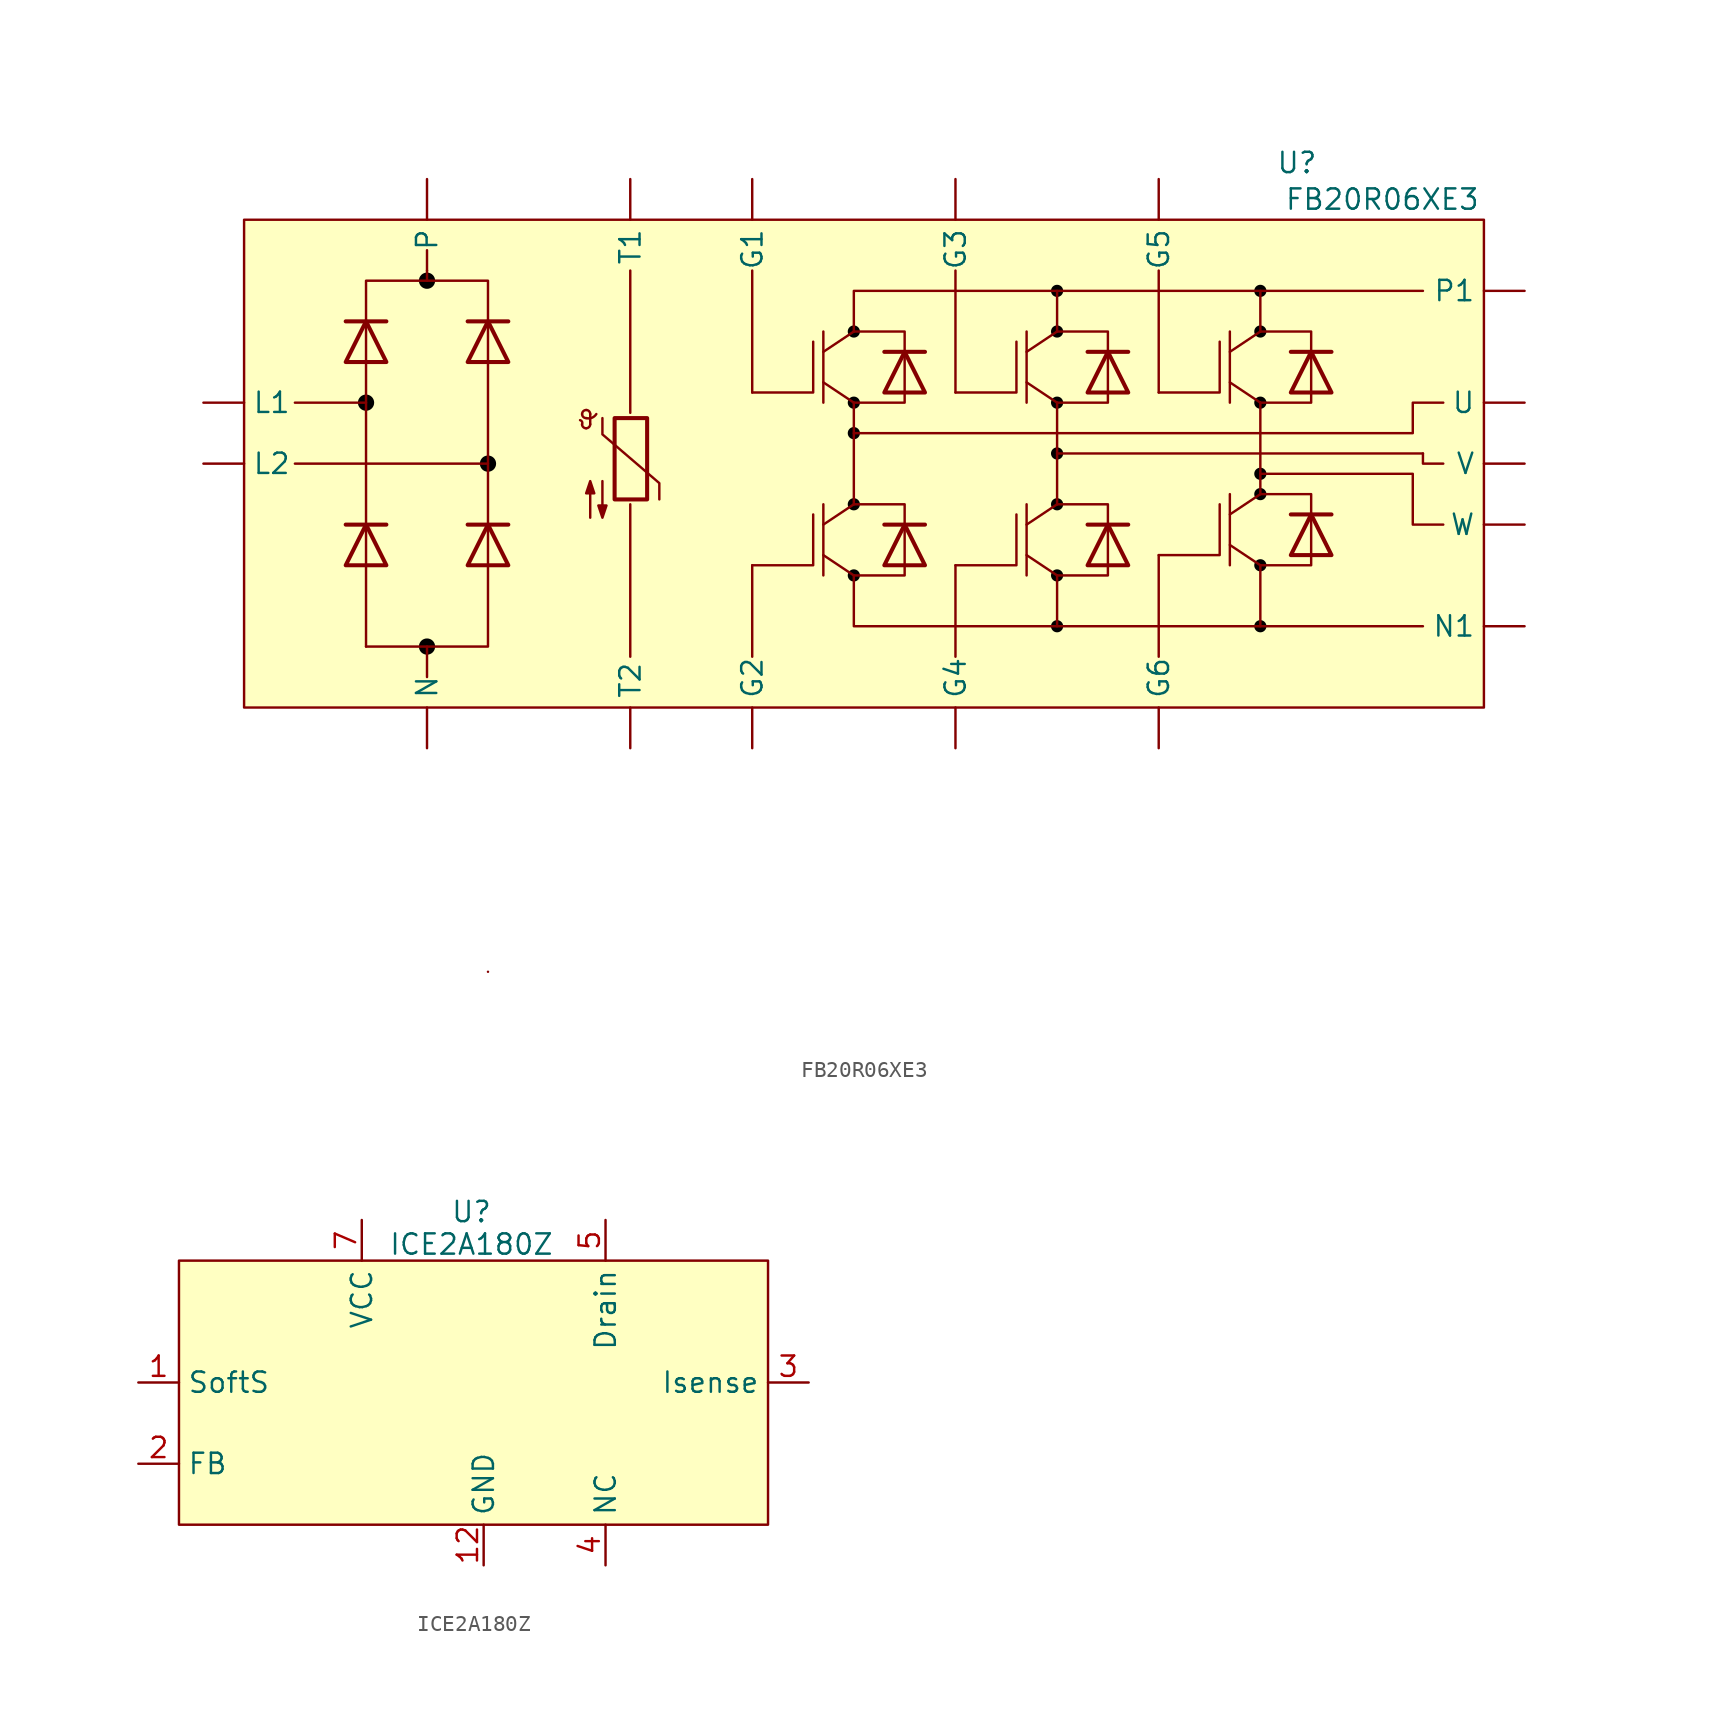
<source format=kicad_sym>
(kicad_symbol_lib
  (version 20231120)
  (generator "kicad_symbol_editor")
  (generator_version "8.0")
  (symbol "FB20R06XE3"
    (property "Reference" "U"
      (at 27.686 -0.254 0)
      (effects (font (size 1.27 1.27))))
    (property "Value" "FB20R06XE3"
      (at 33.02 -2.54 0)
      (effects (font (size 1.27 1.27))))
    (symbol "FB20R06XE3_0_1"
      (arc (start -16.9796 -16.5861) (mid -16.9821 -16.4286) (end -17.1066 -16.3321) (stroke (width 0) (type default)) (fill (type none)))
      (arc (start -16.9796 -16.5861) (mid -16.9052 -16.7657) (end -16.7256 -16.8401) (stroke (width 0) (type default)) (fill (type none)))
      (arc (start -16.9796 -15.9511) (mid -16.9052 -16.1307) (end -16.7256 -16.2051) (stroke (width 0) (type default)) (fill (type none)))
      (arc (start -16.7256 -16.8401) (mid -16.546 -16.7657) (end -16.4716 -16.5861) (stroke (width 0) (type default)) (fill (type none)))
      (arc (start -16.7256 -16.2051) (mid -16.3656 -16.1843) (end -16.0906 -15.9511) (stroke (width 0) (type default)) (fill (type none)))
      (arc (start -16.7256 -15.6971) (mid -16.9052 -15.7715) (end -16.9796 -15.9511) (stroke (width 0) (type default)) (fill (type none)))
      (arc (start -16.4716 -15.9511) (mid -16.546 -15.7715) (end -16.7256 -15.6971) (stroke (width 0) (type default)) (fill (type none)))
      (rectangle (start -14.948 -16.205) (end -12.916 -21.285) (stroke (width 0.254) (type default)) (fill (type none)))
      (polyline (pts (xy -34.925 -19.05) (xy -22.86 -19.05)) (stroke (width 0) (type default)) (fill (type none)))
      (polyline (pts (xy -30.48 -25.4) (xy -30.48 -22.86)) (stroke (width 0) (type default)) (fill (type none)))
      (polyline (pts (xy -30.48 -15.24) (xy -34.925 -15.24)) (stroke (width 0) (type default)) (fill (type none)))
      (polyline (pts (xy -30.48 -12.7) (xy -30.48 -22.86)) (stroke (width 0) (type default)) (fill (type none)))
      (polyline (pts (xy -30.48 -12.7) (xy -30.48 -10.16)) (stroke (width 0) (type default)) (fill (type none)))
      (polyline (pts (xy -29.21 -22.86) (xy -31.75 -22.86)) (stroke (width 0.254) (type default)) (fill (type none)))
      (polyline (pts (xy -29.21 -10.16) (xy -31.75 -10.16)) (stroke (width 0.254) (type default)) (fill (type none)))
      (polyline (pts (xy -26.67 -30.48) (xy -26.67 -32.385)) (stroke (width 0) (type default)) (fill (type none)))
      (polyline (pts (xy -26.67 -7.62) (xy -26.67 -5.715)) (stroke (width 0) (type default)) (fill (type none)))
      (polyline (pts (xy -26.67 -6.985) (xy -26.67 -6.985)) (stroke (width 0) (type default)) (fill (type none)))
      (polyline (pts (xy -22.86 -50.8) (xy -22.86 -50.8)) (stroke (width 0) (type default)) (fill (type none)))
      (polyline (pts (xy -22.86 -25.4) (xy -22.86 -22.86)) (stroke (width 0) (type default)) (fill (type none)))
      (polyline (pts (xy -22.86 -12.7) (xy -22.86 -22.86)) (stroke (width 0) (type default)) (fill (type none)))
      (polyline (pts (xy -22.86 -12.7) (xy -22.86 -10.16)) (stroke (width 0) (type default)) (fill (type none)))
      (polyline (pts (xy -21.59 -22.86) (xy -24.13 -22.86)) (stroke (width 0.254) (type default)) (fill (type none)))
      (polyline (pts (xy -21.59 -10.16) (xy -24.13 -10.16)) (stroke (width 0.254) (type default)) (fill (type none)))
      (polyline (pts (xy -16.472 -16.586) (xy -16.472 -15.951)) (stroke (width 0) (type default)) (fill (type none)))
      (polyline (pts (xy -13.97 -31.115) (xy -13.97 -21.59)) (stroke (width 0) (type default)) (fill (type none)))
      (polyline (pts (xy -13.97 -6.985) (xy -13.97 -15.875)) (stroke (width 0) (type default)) (fill (type none)))
      (polyline (pts (xy -6.35 -25.4) (xy -6.35 -31.115)) (stroke (width 0) (type default)) (fill (type none)))
      (polyline (pts (xy -6.35 -14.605) (xy -6.35 -6.985)) (stroke (width 0) (type default)) (fill (type none)))
      (polyline (pts (xy -1.905 -24.765) (xy 0 -26.035)) (stroke (width 0) (type default)) (fill (type none)))
      (polyline (pts (xy -1.905 -22.86) (xy 0 -21.59)) (stroke (width 0) (type default)) (fill (type none)))
      (polyline (pts (xy -1.905 -21.59) (xy -1.905 -26.035)) (stroke (width 0) (type default)) (fill (type none)))
      (polyline (pts (xy -1.905 -13.97) (xy 0 -15.24)) (stroke (width 0) (type default)) (fill (type none)))
      (polyline (pts (xy -1.905 -12.065) (xy 0 -10.795)) (stroke (width 0) (type default)) (fill (type none)))
      (polyline (pts (xy -1.905 -10.795) (xy -1.905 -15.24)) (stroke (width 0) (type default)) (fill (type none)))
      (polyline (pts (xy 0 -15.24) (xy 0 -21.59)) (stroke (width 0) (type default)) (fill (type none)))
      (polyline (pts (xy 3.175 -25.4) (xy 3.175 -22.86)) (stroke (width 0) (type default)) (fill (type none)))
      (polyline (pts (xy 3.175 -14.605) (xy 3.175 -12.065)) (stroke (width 0) (type default)) (fill (type none)))
      (polyline (pts (xy 4.445 -22.86) (xy 1.905 -22.86)) (stroke (width 0.254) (type default)) (fill (type none)))
      (polyline (pts (xy 4.445 -12.065) (xy 1.905 -12.065)) (stroke (width 0.254) (type default)) (fill (type none)))
      (polyline (pts (xy 6.35 -25.4) (xy 6.35 -31.115)) (stroke (width 0) (type default)) (fill (type none)))
      (polyline (pts (xy 6.35 -6.985) (xy 6.35 -14.605)) (stroke (width 0) (type default)) (fill (type none)))
      (polyline (pts (xy 10.795 -24.765) (xy 12.7 -26.035)) (stroke (width 0) (type default)) (fill (type none)))
      (polyline (pts (xy 10.795 -22.86) (xy 12.7 -21.59)) (stroke (width 0) (type default)) (fill (type none)))
      (polyline (pts (xy 10.795 -21.59) (xy 10.795 -26.035)) (stroke (width 0) (type default)) (fill (type none)))
      (polyline (pts (xy 10.795 -13.97) (xy 12.7 -15.24)) (stroke (width 0) (type default)) (fill (type none)))
      (polyline (pts (xy 10.795 -12.065) (xy 12.7 -10.795)) (stroke (width 0) (type default)) (fill (type none)))
      (polyline (pts (xy 10.795 -10.795) (xy 10.795 -15.24)) (stroke (width 0) (type default)) (fill (type none)))
      (polyline (pts (xy 12.7 -26.035) (xy 12.7 -29.21)) (stroke (width 0) (type default)) (fill (type none)))
      (polyline (pts (xy 12.7 -18.415) (xy 35.56 -18.415)) (stroke (width 0) (type default)) (fill (type none)))
      (polyline (pts (xy 12.7 -15.24) (xy 12.7 -21.59)) (stroke (width 0) (type default)) (fill (type none)))
      (polyline (pts (xy 12.7 -10.795) (xy 12.7 -8.255)) (stroke (width 0) (type default)) (fill (type none)))
      (polyline (pts (xy 15.875 -25.4) (xy 15.875 -22.86)) (stroke (width 0) (type default)) (fill (type none)))
      (polyline (pts (xy 15.875 -14.605) (xy 15.875 -12.065)) (stroke (width 0) (type default)) (fill (type none)))
      (polyline (pts (xy 17.145 -22.86) (xy 14.605 -22.86)) (stroke (width 0.254) (type default)) (fill (type none)))
      (polyline (pts (xy 17.145 -12.065) (xy 14.605 -12.065)) (stroke (width 0.254) (type default)) (fill (type none)))
      (polyline (pts (xy 19.05 -24.765) (xy 19.05 -31.115)) (stroke (width 0) (type default)) (fill (type none)))
      (polyline (pts (xy 19.05 -14.605) (xy 19.05 -6.985)) (stroke (width 0) (type default)) (fill (type none)))
      (polyline (pts (xy 23.495 -24.13) (xy 25.4 -25.4)) (stroke (width 0) (type default)) (fill (type none)))
      (polyline (pts (xy 23.495 -22.225) (xy 25.4 -20.955)) (stroke (width 0) (type default)) (fill (type none)))
      (polyline (pts (xy 23.495 -20.955) (xy 23.495 -25.4)) (stroke (width 0) (type default)) (fill (type none)))
      (polyline (pts (xy 23.495 -13.97) (xy 25.4 -15.24)) (stroke (width 0) (type default)) (fill (type none)))
      (polyline (pts (xy 23.495 -12.065) (xy 25.4 -10.795)) (stroke (width 0) (type default)) (fill (type none)))
      (polyline (pts (xy 23.495 -10.795) (xy 23.495 -15.24)) (stroke (width 0) (type default)) (fill (type none)))
      (polyline (pts (xy 25.4 -25.4) (xy 25.4 -29.21)) (stroke (width 0) (type default)) (fill (type none)))
      (polyline (pts (xy 25.4 -15.24) (xy 25.4 -20.955)) (stroke (width 0) (type default)) (fill (type none)))
      (polyline (pts (xy 25.4 -10.795) (xy 25.4 -8.255)) (stroke (width 0) (type default)) (fill (type none)))
      (polyline (pts (xy 28.575 -24.765) (xy 28.575 -22.225)) (stroke (width 0) (type default)) (fill (type none)))
      (polyline (pts (xy 28.575 -14.605) (xy 28.575 -12.065)) (stroke (width 0) (type default)) (fill (type none)))
      (polyline (pts (xy 29.845 -22.225) (xy 27.305 -22.225)) (stroke (width 0.254) (type default)) (fill (type none)))
      (polyline (pts (xy 29.845 -12.065) (xy 27.305 -12.065)) (stroke (width 0.254) (type default)) (fill (type none)))
      (polyline (pts (xy -6.35 -25.4) (xy -2.54 -25.4) (xy -2.54 -22.225)) (stroke (width 0) (type default)) (fill (type none)))
      (polyline (pts (xy -6.35 -14.605) (xy -2.54 -14.605) (xy -2.54 -11.43)) (stroke (width 0) (type default)) (fill (type none)))
      (polyline (pts (xy 0 -26.035) (xy 0 -29.21) (xy 35.56 -29.21)) (stroke (width 0) (type default)) (fill (type none)))
      (polyline (pts (xy 0 -26.035) (xy 3.175 -26.035) (xy 3.175 -25.4)) (stroke (width 0) (type default)) (fill (type none)))
      (polyline (pts (xy 0 -21.59) (xy 3.175 -21.59) (xy 3.175 -22.86)) (stroke (width 0) (type default)) (fill (type none)))
      (polyline (pts (xy 0 -15.24) (xy 3.175 -15.24) (xy 3.175 -14.605)) (stroke (width 0) (type default)) (fill (type none)))
      (polyline (pts (xy 0 -10.795) (xy 0 -8.255) (xy 35.56 -8.255)) (stroke (width 0) (type default)) (fill (type none)))
      (polyline (pts (xy 0 -10.795) (xy 3.175 -10.795) (xy 3.175 -12.065)) (stroke (width 0) (type default)) (fill (type none)))
      (polyline (pts (xy 6.35 -25.4) (xy 10.16 -25.4) (xy 10.16 -22.225)) (stroke (width 0) (type default)) (fill (type none)))
      (polyline (pts (xy 6.35 -14.605) (xy 10.16 -14.605) (xy 10.16 -11.43)) (stroke (width 0) (type default)) (fill (type none)))
      (polyline (pts (xy 12.7 -26.035) (xy 15.875 -26.035) (xy 15.875 -25.4)) (stroke (width 0) (type default)) (fill (type none)))
      (polyline (pts (xy 12.7 -21.59) (xy 15.875 -21.59) (xy 15.875 -22.86)) (stroke (width 0) (type default)) (fill (type none)))
      (polyline (pts (xy 12.7 -15.24) (xy 15.875 -15.24) (xy 15.875 -14.605)) (stroke (width 0) (type default)) (fill (type none)))
      (polyline (pts (xy 12.7 -10.795) (xy 15.875 -10.795) (xy 15.875 -12.065)) (stroke (width 0) (type default)) (fill (type none)))
      (polyline (pts (xy 19.05 -24.765) (xy 22.86 -24.765) (xy 22.86 -21.59)) (stroke (width 0) (type default)) (fill (type none)))
      (polyline (pts (xy 19.05 -14.605) (xy 22.86 -14.605) (xy 22.86 -11.43)) (stroke (width 0) (type default)) (fill (type none)))
      (polyline (pts (xy 25.4 -25.4) (xy 28.575 -25.4) (xy 28.575 -24.765)) (stroke (width 0) (type default)) (fill (type none)))
      (polyline (pts (xy 25.4 -20.955) (xy 28.575 -20.955) (xy 28.575 -22.225)) (stroke (width 0) (type default)) (fill (type none)))
      (polyline (pts (xy 25.4 -15.24) (xy 28.575 -15.24) (xy 28.575 -14.605)) (stroke (width 0) (type default)) (fill (type none)))
      (polyline (pts (xy 25.4 -10.795) (xy 28.575 -10.795) (xy 28.575 -12.065)) (stroke (width 0) (type default)) (fill (type none)))
      (polyline (pts (xy 35.56 -18.415) (xy 35.56 -19.05) (xy 36.83 -19.05)) (stroke (width 0) (type default)) (fill (type none)))
      (polyline (pts (xy -29.21 -25.4) (xy -31.75 -25.4) (xy -30.48 -22.86) (xy -29.21 -25.4)) (stroke (width 0.254) (type default)) (fill (type none)))
      (polyline (pts (xy -29.21 -12.7) (xy -31.75 -12.7) (xy -30.48 -10.16) (xy -29.21 -12.7)) (stroke (width 0.254) (type default)) (fill (type none)))
      (polyline (pts (xy -21.59 -25.4) (xy -24.13 -25.4) (xy -22.86 -22.86) (xy -21.59 -25.4)) (stroke (width 0.254) (type default)) (fill (type none)))
      (polyline (pts (xy -21.59 -12.7) (xy -24.13 -12.7) (xy -22.86 -10.16) (xy -21.59 -12.7)) (stroke (width 0.254) (type default)) (fill (type none)))
      (polyline (pts (xy -15.71 -16.205) (xy -15.71 -17.221) (xy -12.154 -20.269) (xy -12.154 -21.285)) (stroke (width 0) (type default)) (fill (type none)))
      (polyline (pts (xy 0 -17.145) (xy 34.925 -17.145) (xy 34.925 -15.24) (xy 36.83 -15.24)) (stroke (width 0) (type default)) (fill (type none)))
      (polyline (pts (xy 4.445 -25.4) (xy 1.905 -25.4) (xy 3.175 -22.86) (xy 4.445 -25.4)) (stroke (width 0.254) (type default)) (fill (type none)))
      (polyline (pts (xy 4.445 -14.605) (xy 1.905 -14.605) (xy 3.175 -12.065) (xy 4.445 -14.605)) (stroke (width 0.254) (type default)) (fill (type none)))
      (polyline (pts (xy 17.145 -25.4) (xy 14.605 -25.4) (xy 15.875 -22.86) (xy 17.145 -25.4)) (stroke (width 0.254) (type default)) (fill (type none)))
      (polyline (pts (xy 17.145 -14.605) (xy 14.605 -14.605) (xy 15.875 -12.065) (xy 17.145 -14.605)) (stroke (width 0.254) (type default)) (fill (type none)))
      (polyline (pts (xy 25.4 -19.685) (xy 34.925 -19.685) (xy 34.925 -22.86) (xy 36.83 -22.86)) (stroke (width 0) (type default)) (fill (type none)))
      (polyline (pts (xy 29.845 -24.765) (xy 27.305 -24.765) (xy 28.575 -22.225) (xy 29.845 -24.765)) (stroke (width 0.254) (type default)) (fill (type none)))
      (polyline (pts (xy 29.845 -14.605) (xy 27.305 -14.605) (xy 28.575 -12.065) (xy 29.845 -14.605)) (stroke (width 0.254) (type default)) (fill (type none)))
      (polyline (pts (xy -16.472 -22.428) (xy -16.472 -20.142) (xy -16.726 -20.904) (xy -16.218 -20.904) (xy -16.472 -20.142) (xy -16.472 -20.396)) (stroke (width 0) (type default)) (fill (type outline)))
      (polyline (pts (xy -15.71 -20.142) (xy -15.71 -22.428) (xy -15.964 -21.666) (xy -15.456 -21.666) (xy -15.71 -22.428) (xy -15.71 -22.174)) (stroke (width 0) (type default)) (fill (type outline))))
    (symbol "FB20R06XE3_1_1"
      (rectangle (start -38.1 -3.81) (end 39.37 -34.29) (stroke (width 0) (type default)) (fill (type background)))
      (circle (center -30.48 -15.24) (radius 0.508) (stroke (width -0.0001) (type default)) (fill (type color) (color 0 0 0 1)))
      (circle (center -26.67 -30.48) (radius 0.508) (stroke (width -0.0001) (type default)) (fill (type color) (color 0 0 0 1)))
      (circle (center -26.67 -7.62) (radius 0.508) (stroke (width -0.0001) (type default)) (fill (type color) (color 0 0 0 1)))
      (circle (center -22.86 -19.05) (radius 0.508) (stroke (width -0.0001) (type default)) (fill (type color) (color 0 0 0 1)))
      (circle (center 0 -26.035) (radius 0.381) (stroke (width -0.0001) (type default)) (fill (type color) (color 0 0 0 1)))
      (circle (center 0 -21.59) (radius 0.381) (stroke (width -0.0001) (type default)) (fill (type color) (color 0 0 0 1)))
      (circle (center 0 -17.145) (radius 0.381) (stroke (width -0.0001) (type default)) (fill (type color) (color 0 0 0 1)))
      (circle (center 0 -15.24) (radius 0.381) (stroke (width -0.0001) (type default)) (fill (type color) (color 0 0 0 1)))
      (circle (center 0 -10.795) (radius 0.381) (stroke (width -0.0001) (type default)) (fill (type color) (color 0 0 0 1)))
      (polyline (pts (xy -30.48 -30.48) (xy -22.86 -30.48) (xy -22.86 -25.4)) (stroke (width 0) (type default)) (fill (type none)))
      (polyline (pts (xy -30.48 -25.4) (xy -30.48 -30.48) (xy -30.48 -30.48)) (stroke (width 0) (type default)) (fill (type none)))
      (polyline (pts (xy -30.48 -10.16) (xy -30.48 -7.62) (xy -22.86 -7.62) (xy -22.86 -10.16)) (stroke (width 0) (type default)) (fill (type none)))
      (circle (center 12.7 -29.21) (radius 0.381) (stroke (width -0.0001) (type default)) (fill (type color) (color 0 0 0 1)))
      (circle (center 12.7 -26.035) (radius 0.381) (stroke (width -0.0001) (type default)) (fill (type color) (color 0 0 0 1)))
      (circle (center 12.7 -21.59) (radius 0.381) (stroke (width -0.0001) (type default)) (fill (type color) (color 0 0 0 1)))
      (circle (center 12.7 -18.415) (radius 0.381) (stroke (width -0.0001) (type default)) (fill (type color) (color 0 0 0 1)))
      (circle (center 12.7 -15.24) (radius 0.381) (stroke (width -0.0001) (type default)) (fill (type color) (color 0 0 0 1)))
      (circle (center 12.7 -10.795) (radius 0.381) (stroke (width -0.0001) (type default)) (fill (type color) (color 0 0 0 1)))
      (circle (center 12.7 -8.255) (radius 0.381) (stroke (width -0.0001) (type default)) (fill (type color) (color 0 0 0 1)))
      (circle (center 25.4 -29.21) (radius 0.381) (stroke (width -0.0001) (type default)) (fill (type color) (color 0 0 0 1)))
      (circle (center 25.4 -25.4) (radius 0.381) (stroke (width -0.0001) (type default)) (fill (type color) (color 0 0 0 1)))
      (circle (center 25.4 -20.955) (radius 0.381) (stroke (width -0.0001) (type default)) (fill (type color) (color 0 0 0 1)))
      (circle (center 25.4 -19.685) (radius 0.381) (stroke (width -0.0001) (type default)) (fill (type color) (color 0 0 0 1)))
      (circle (center 25.4 -15.24) (radius 0.381) (stroke (width -0.0001) (type default)) (fill (type color) (color 0 0 0 1)))
      (circle (center 25.4 -10.795) (radius 0.381) (stroke (width -0.0001) (type default)) (fill (type color) (color 0 0 0 1)))
      (circle (center 25.4 -8.255) (radius 0.381) (stroke (width -0.0001) (type default)) (fill (type color) (color 0 0 0 1)))
      (pin input line (at -6.35 -1.27 270) (length 2.54) (name "G1" (effects (font (size 1.27 1.27)))) (number "" (effects (font (size 1.27 1.27)))))
      (pin input line (at -6.35 -36.83 90) (length 2.54) (name "G2" (effects (font (size 1.27 1.27)))) (number "" (effects (font (size 1.27 1.27)))))
      (pin input line (at 6.35 -1.27 270) (length 2.54) (name "G3" (effects (font (size 1.27 1.27)))) (number "" (effects (font (size 1.27 1.27)))))
      (pin input line (at 6.35 -36.83 90) (length 2.54) (name "G4" (effects (font (size 1.27 1.27)))) (number "" (effects (font (size 1.27 1.27)))))
      (pin input line (at 19.05 -1.27 270) (length 2.54) (name "G5" (effects (font (size 1.27 1.27)))) (number "" (effects (font (size 1.27 1.27)))))
      (pin input line (at 19.05 -36.83 90) (length 2.54) (name "G6" (effects (font (size 1.27 1.27)))) (number "" (effects (font (size 1.27 1.27)))))
      (pin input line (at -40.64 -15.24 0) (length 2.54) (name "L1" (effects (font (size 1.27 1.27)))) (number "" (effects (font (size 1.27 1.27)))))
      (pin input line (at -40.64 -19.05 0) (length 2.54) (name "L2" (effects (font (size 1.27 1.27)))) (number "" (effects (font (size 1.27 1.27)))))
      (pin input line (at -26.67 -36.83 90) (length 2.54) (name "N" (effects (font (size 1.27 1.27)))) (number "" (effects (font (size 1.27 1.27)))))
      (pin input line (at 41.91 -29.21 180) (length 2.54) (name "N1" (effects (font (size 1.27 1.27)))) (number "" (effects (font (size 1.27 1.27)))))
      (pin input line (at -26.67 -1.27 270) (length 2.54) (name "P" (effects (font (size 1.27 1.27)))) (number "" (effects (font (size 1.27 1.27)))))
      (pin input line (at 41.91 -8.255 180) (length 2.54) (name "P1" (effects (font (size 1.27 1.27)))) (number "" (effects (font (size 1.27 1.27)))))
      (pin input line (at -13.97 -1.27 270) (length 2.54) (name "T1" (effects (font (size 1.27 1.27)))) (number "" (effects (font (size 1.27 1.27)))))
      (pin input line (at -13.97 -36.83 90) (length 2.54) (name "T2" (effects (font (size 1.27 1.27)))) (number "" (effects (font (size 1.27 1.27)))))
      (pin input line (at 41.91 -15.24 180) (length 2.54) (name "U" (effects (font (size 1.27 1.27)))) (number "" (effects (font (size 1.27 1.27)))))
      (pin input line (at 41.91 -19.05 180) (length 2.54) (name "V" (effects (font (size 1.27 1.27)))) (number "" (effects (font (size 1.27 1.27)))))
      (pin input line (at 41.91 -22.86 180) (length 2.54) (name "W" (effects (font (size 1.27 1.27)))) (number "" (effects (font (size 1.27 1.27)))))))
  (symbol "ICE2A180Z"
    (property "Reference" "U"
      (at -0.762 0.508 0)
      (effects (font (size 1.27 1.27))))
    (property "Value" "ICE2A180Z"
      (at -0.762 -1.524 0)
      (effects (font (size 1.27 1.27))))
    (symbol "ICE2A180Z_1_1"
      (rectangle (start -19.05 -2.54) (end 17.78 -19.05) (stroke (width 0) (type default)) (fill (type background)))
      (pin input line (at -21.59 -10.16 0) (length 2.54) (name "SoftS" (effects (font (size 1.27 1.27)))) (number "1" (effects (font (size 1.27 1.27)))))
      (pin input line (at 0 -21.59 90) (length 2.54) (name "GND" (effects (font (size 1.27 1.27)))) (number "12" (effects (font (size 1.27 1.27)))))
      (pin input line (at -21.59 -15.24 0) (length 2.54) (name "FB" (effects (font (size 1.27 1.27)))) (number "2" (effects (font (size 1.27 1.27)))))
      (pin input line (at 20.32 -10.16 180) (length 2.54) (name "Isense" (effects (font (size 1.27 1.27)))) (number "3" (effects (font (size 1.27 1.27)))))
      (pin input line (at 7.62 -21.59 90) (length 2.54) (name "NC" (effects (font (size 1.27 1.27)))) (number "4" (effects (font (size 1.27 1.27)))))
      (pin input line (at 7.62 0 270) (length 2.54) (name "Drain" (effects (font (size 1.27 1.27)))) (number "5" (effects (font (size 1.27 1.27)))))
      (pin input line (at -7.62 0 270) (length 2.54) (name "VCC" (effects (font (size 1.27 1.27)))) (number "7" (effects (font (size 1.27 1.27))))))))
</source>
